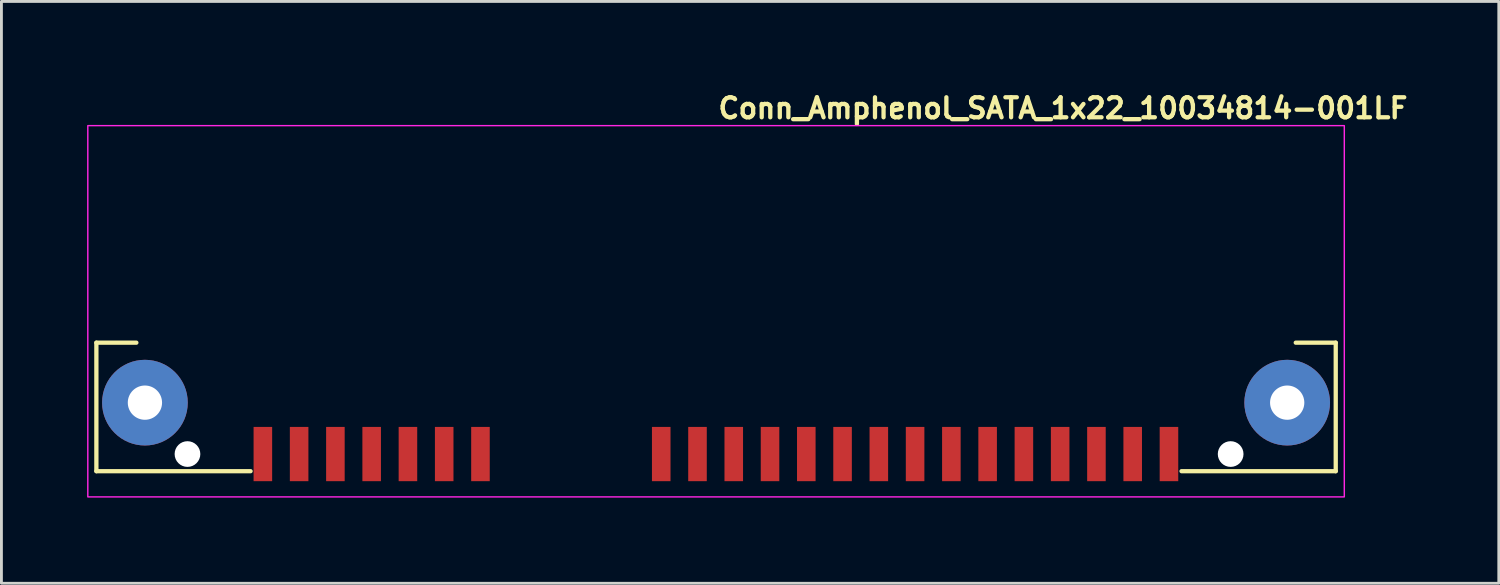
<source format=kicad_pcb>
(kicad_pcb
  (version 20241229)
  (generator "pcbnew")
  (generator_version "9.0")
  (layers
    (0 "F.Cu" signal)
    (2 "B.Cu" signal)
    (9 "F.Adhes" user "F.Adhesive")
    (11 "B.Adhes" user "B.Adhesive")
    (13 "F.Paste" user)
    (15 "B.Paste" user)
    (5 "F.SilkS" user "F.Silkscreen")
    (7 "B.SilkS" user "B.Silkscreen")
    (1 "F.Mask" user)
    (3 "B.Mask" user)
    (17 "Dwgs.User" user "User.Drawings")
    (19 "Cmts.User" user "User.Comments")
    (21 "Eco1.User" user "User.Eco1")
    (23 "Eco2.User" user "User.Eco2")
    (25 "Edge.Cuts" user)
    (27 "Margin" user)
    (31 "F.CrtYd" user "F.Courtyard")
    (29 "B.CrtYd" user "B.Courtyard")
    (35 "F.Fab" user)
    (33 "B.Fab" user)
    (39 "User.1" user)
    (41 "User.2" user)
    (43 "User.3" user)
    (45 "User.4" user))
  (footprint "Conn_Amphenol_SATA_1x22_10034814-001LF"
    (layer "F.Cu")
    (at 22.025 7.85)
    (property "Reference" "Conn_Amphenol_SATA_1x22_10034814-001LF" (at 0 -6.7 180) (layer "F.SilkS") (effects (font (size 0.7 0.7) (thickness 0.15)) (justify left bottom)))
    (attr smd)
    (fp_line (start -21.7 1.1) (end -21.7 5.6) (stroke (width 0.15) (type solid)) (layer "F.SilkS"))
    (fp_line (start -21.7 5.6) (end -16.3 5.6) (stroke (width 0.15) (type solid)) (layer "F.SilkS"))
    (fp_line (start -20.3 1.1) (end -21.7 1.1) (stroke (width 0.15) (type solid)) (layer "F.SilkS"))
    (fp_line (start 20.3 1.1) (end 21.7 1.1) (stroke (width 0.15) (type solid)) (layer "F.SilkS"))
    (fp_line (start 21.7 1.1) (end 21.7 5.6) (stroke (width 0.15) (type solid)) (layer "F.SilkS"))
    (fp_line (start 21.7 5.6) (end 16.3 5.6) (stroke (width 0.15) (type solid)) (layer "F.SilkS"))
    (fp_rect (start -22 -6.5) (end 22 6.5) (stroke (width 0.05) (type solid)) (fill no) (layer "F.CrtYd"))
    (fp_rect (start -21.2 -6.2) (end 21.2 6.2) (stroke (width 0.1) (type solid)) (fill no) (layer "User.5"))
    (fp_line (start -21.2 3.05) (end -21.2 1.2) (stroke (width 0.02) (type solid)) (layer "User.9"))
    (fp_line (start -21.2 3.05) (end -21.054 3.05) (stroke (width 0.02) (type solid)) (layer "User.9"))
    (fp_line (start -21.2 6.2) (end -21.2 3.05) (stroke (width 0.02) (type solid)) (layer "User.9"))
    (fp_line (start -21.054 1.2) (end -21.2 1.2) (stroke (width 0.02) (type solid)) (layer "User.9"))
    (fp_line (start -21.054 1.2) (end -21.054 1.2) (stroke (width 0.02) (type solid)) (layer "User.9"))
    (fp_line (start -21.054 3.05) (end -21.054 3.05) (stroke (width 0.02) (type solid)) (layer "User.9"))
    (fp_line (start -21.054 3.05) (end -20.7 3.05) (stroke (width 0.02) (type solid)) (layer "User.9"))
    (fp_line (start -20.7 1.2) (end -21.054 1.2) (stroke (width 0.02) (type solid)) (layer "User.9"))
    (fp_line (start -20.7 1.2) (end -18.095 1.2) (stroke (width 0.02) (type solid)) (layer "User.9"))
    (fp_line (start -20.7 3.05) (end 20.7 3.05) (stroke (width 0.02) (type solid)) (layer "User.9"))
    (fp_line (start -20.215 -4.5) (end -20.215 1.2) (stroke (width 0.02) (type solid)) (layer "User.9"))
    (fp_line (start -20.214 -4.501) (end -20.215 -4.5) (stroke (width 0.02) (type solid)) (layer "User.9"))
    (fp_line (start -20.214 -4.501) (end -20.215 -4.5) (stroke (width 0.02) (type solid)) (layer "User.9"))
    (fp_line (start -20.212 -4.504) (end -20.214 -4.501) (stroke (width 0.02) (type solid)) (layer "User.9"))
    (fp_line (start -20.212 -4.504) (end -20.214 -4.501) (stroke (width 0.02) (type solid)) (layer "User.9"))
    (fp_line (start -20.21 -4.507) (end -20.212 -4.504) (stroke (width 0.02) (type solid)) (layer "User.9"))
    (fp_line (start -20.207 -4.509) (end -20.211 -4.506) (stroke (width 0.02) (type solid)) (layer "User.9"))
    (fp_line (start -20.207 -4.509) (end -20.21 -4.507) (stroke (width 0.02) (type solid)) (layer "User.9"))
    (fp_line (start -20.204 -4.511) (end -20.207 -4.509) (stroke (width 0.02) (type solid)) (layer "User.9"))
    (fp_line (start -20.202 -4.512) (end -20.207 -4.509) (stroke (width 0.02) (type solid)) (layer "User.9"))
    (fp_line (start -20.2 -4.513) (end -20.204 -4.511) (stroke (width 0.02) (type solid)) (layer "User.9"))
    (fp_line (start -20.196 -4.515) (end -20.202 -4.512) (stroke (width 0.02) (type solid)) (layer "User.9"))
    (fp_line (start -20.196 -4.515) (end -20.2 -4.513) (stroke (width 0.02) (type solid)) (layer "User.9"))
    (fp_line (start -20.191 -4.516) (end -20.196 -4.515) (stroke (width 0.02) (type solid)) (layer "User.9"))
    (fp_line (start -20.188 -4.517) (end -20.196 -4.515) (stroke (width 0.02) (type solid)) (layer "User.9"))
    (fp_line (start -20.186 -4.518) (end -20.191 -4.516) (stroke (width 0.02) (type solid)) (layer "User.9"))
    (fp_line (start -20.18 -4.519) (end -20.186 -4.518) (stroke (width 0.02) (type solid)) (layer "User.9"))
    (fp_line (start -20.179 -4.519) (end -20.188 -4.517) (stroke (width 0.02) (type solid)) (layer "User.9"))
    (fp_line (start -20.174 -4.52) (end -20.18 -4.519) (stroke (width 0.02) (type solid)) (layer "User.9"))
    (fp_line (start -20.168 -4.52) (end -20.179 -4.519) (stroke (width 0.02) (type solid)) (layer "User.9"))
    (fp_line (start -20.167 -4.52) (end -20.174 -4.52) (stroke (width 0.02) (type solid)) (layer "User.9"))
    (fp_line (start -20.16 -4.521) (end -20.167 -4.52) (stroke (width 0.02) (type solid)) (layer "User.9"))
    (fp_line (start -20.157 -4.521) (end -20.168 -4.52) (stroke (width 0.02) (type solid)) (layer "User.9"))
    (fp_line (start -20.152 -4.521) (end -20.16 -4.521) (stroke (width 0.02) (type solid)) (layer "User.9"))
    (fp_line (start -20.145 -4.521) (end -20.157 -4.521) (stroke (width 0.02) (type solid)) (layer "User.9"))
    (fp_line (start -20.144 -4.521) (end -20.152 -4.521) (stroke (width 0.02) (type solid)) (layer "User.9"))
    (fp_line (start -20.136 -4.521) (end -20.144 -4.521) (stroke (width 0.02) (type solid)) (layer "User.9"))
    (fp_line (start -20.131 -4.521) (end -20.145 -4.521) (stroke (width 0.02) (type solid)) (layer "User.9"))
    (fp_line (start -20.126 -4.521) (end -20.136 -4.521) (stroke (width 0.02) (type solid)) (layer "User.9"))
    (fp_line (start -20.117 -4.52) (end -20.126 -4.521) (stroke (width 0.02) (type solid)) (layer "User.9"))
    (fp_line (start -20.117 -4.52) (end -20.117 -4.52) (stroke (width 0.02) (type solid)) (layer "User.9"))
    (fp_line (start -20.116 -4.52) (end -20.131 -4.521) (stroke (width 0.02) (type solid)) (layer "User.9"))
    (fp_line (start -20.096 -4.519) (end -20.117 -4.52) (stroke (width 0.02) (type solid)) (layer "User.9"))
    (fp_line (start -20.084 -4.518) (end -20.116 -4.52) (stroke (width 0.02) (type solid)) (layer "User.9"))
    (fp_line (start -20.075 -4.517) (end -20.096 -4.519) (stroke (width 0.02) (type solid)) (layer "User.9"))
    (fp_line (start -20.049 -4.515) (end -20.084 -4.518) (stroke (width 0.02) (type solid)) (layer "User.9"))
    (fp_line (start -20.027 -4.512) (end -20.075 -4.517) (stroke (width 0.02) (type solid)) (layer "User.9"))
    (fp_line (start -20.01 -4.51) (end -20.049 -4.515) (stroke (width 0.02) (type solid)) (layer "User.9"))
    (fp_line (start -19.976 -4.506) (end -20.027 -4.512) (stroke (width 0.02) (type solid)) (layer "User.9"))
    (fp_line (start -19.95 -4.503) (end -19.976 -4.506) (stroke (width 0.02) (type solid)) (layer "User.9"))
    (fp_line (start -19.923 -4.5) (end -19.95 -4.503) (stroke (width 0.02) (type solid)) (layer "User.9"))
    (fp_line (start -19.923 -4.5) (end -19.915 -4.5) (stroke (width 0.02) (type solid)) (layer "User.9"))
    (fp_line (start -19.915 -4.5) (end -18.095 -4.5) (stroke (width 0.02) (type solid)) (layer "User.9"))
    (fp_line (start -19.05 6.2) (end -21.2 6.2) (stroke (width 0.02) (type solid)) (layer "User.9"))
    (fp_line (start -19.05 6.2) (end -19.05 3.05) (stroke (width 0.02) (type solid)) (layer "User.9"))
    (fp_line (start -19.05 6.2) (end -18.904 6.2) (stroke (width 0.02) (type solid)) (layer "User.9"))
    (fp_line (start -19.025 -6.2) (end -20.212 -4.504) (stroke (width 0.02) (type solid)) (layer "User.9"))
    (fp_line (start -19.025 -6.2) (end -18.939 -6.2) (stroke (width 0.02) (type solid)) (layer "User.9"))
    (fp_line (start -18.939 -6.2) (end -18.939 -6.2) (stroke (width 0.02) (type solid)) (layer "User.9"))
    (fp_line (start -18.939 -6.2) (end -18.734 -6.2) (stroke (width 0.02) (type solid)) (layer "User.9"))
    (fp_line (start -18.904 6.2) (end -18.904 6.2) (stroke (width 0.02) (type solid)) (layer "User.9"))
    (fp_line (start -18.904 6.2) (end -18.55 6.2) (stroke (width 0.02) (type solid)) (layer "User.9"))
    (fp_line (start -18.55 6.2) (end -17.5 6.2) (stroke (width 0.02) (type solid)) (layer "User.9"))
    (fp_line (start -18.525 -6.2) (end -18.734 -6.2) (stroke (width 0.02) (type solid)) (layer "User.9"))
    (fp_line (start -18.095 -5.455) (end -18.525 -6.2) (stroke (width 0.02) (type solid)) (layer "User.9"))
    (fp_line (start -18.095 -4.5) (end -18.095 -5.455) (stroke (width 0.02) (type solid)) (layer "User.9"))
    (fp_line (start -18.095 -4.5) (end -18.095 1.2) (stroke (width 0.02) (type solid)) (layer "User.9"))
    (fp_line (start -18.095 -4.5) (end 18.095 -4.5) (stroke (width 0.02) (type solid)) (layer "User.9"))
    (fp_line (start -17.5 3.05) (end -17.5 6.2) (stroke (width 0.02) (type solid)) (layer "User.9"))
    (fp_line (start -16.175 3.07) (end -16.175 3.05) (stroke (width 0.02) (type solid)) (layer "User.9"))
    (fp_line (start -16.175 3.07) (end -16.025 3.07) (stroke (width 0.02) (type solid)) (layer "User.9"))
    (fp_line (start -16.025 3.07) (end -16.025 3.82) (stroke (width 0.02) (type solid)) (layer "User.9"))
    (fp_line (start -16.025 3.82) (end -16.025 4.174) (stroke (width 0.02) (type solid)) (layer "User.9"))
    (fp_line (start -16.025 4.174) (end -16.025 4.174) (stroke (width 0.02) (type solid)) (layer "User.9"))
    (fp_line (start -16.025 4.174) (end -16.025 4.362) (stroke (width 0.02) (type solid)) (layer "User.9"))
    (fp_line (start -16.025 4.362) (end -16.025 4.653) (stroke (width 0.02) (type solid)) (layer "User.9"))
    (fp_line (start -16.025 4.653) (end -16.025 4.948) (stroke (width 0.02) (type solid)) (layer "User.9"))
    (fp_line (start -16.025 5.8) (end -16.025 4.948) (stroke (width 0.02) (type solid)) (layer "User.9"))
    (fp_line (start -16.025 5.8) (end -15.725 5.8) (stroke (width 0.02) (type solid)) (layer "User.9"))
    (fp_line (start -15.725 3.07) (end -15.575 3.07) (stroke (width 0.02) (type solid)) (layer "User.9"))
    (fp_line (start -15.725 3.82) (end -15.725 3.07) (stroke (width 0.02) (type solid)) (layer "User.9"))
    (fp_line (start -15.725 4.174) (end -15.725 3.82) (stroke (width 0.02) (type solid)) (layer "User.9"))
    (fp_line (start -15.725 4.174) (end -15.725 4.174) (stroke (width 0.02) (type solid)) (layer "User.9"))
    (fp_line (start -15.725 4.362) (end -15.725 4.174) (stroke (width 0.02) (type solid)) (layer "User.9"))
    (fp_line (start -15.725 4.653) (end -15.725 4.362) (stroke (width 0.02) (type solid)) (layer "User.9"))
    (fp_line (start -15.725 4.948) (end -15.725 4.653) (stroke (width 0.02) (type solid)) (layer "User.9"))
    (fp_line (start -15.725 4.948) (end -15.725 5.8) (stroke (width 0.02) (type solid)) (layer "User.9"))
    (fp_line (start -15.575 3.07) (end -15.575 3.05) (stroke (width 0.02) (type solid)) (layer "User.9"))
    (fp_line (start -14.905 3.07) (end -14.905 3.05) (stroke (width 0.02) (type solid)) (layer "User.9"))
    (fp_line (start -14.905 3.07) (end -14.755 3.07) (stroke (width 0.02) (type solid)) (layer "User.9"))
    (fp_line (start -14.755 3.07) (end -14.755 3.82) (stroke (width 0.02) (type solid)) (layer "User.9"))
    (fp_line (start -14.755 3.82) (end -14.755 4.174) (stroke (width 0.02) (type solid)) (layer "User.9"))
    (fp_line (start -14.755 4.174) (end -14.755 4.174) (stroke (width 0.02) (type solid)) (layer "User.9"))
    (fp_line (start -14.755 4.174) (end -14.755 4.362) (stroke (width 0.02) (type solid)) (layer "User.9"))
    (fp_line (start -14.755 4.362) (end -14.755 4.653) (stroke (width 0.02) (type solid)) (layer "User.9"))
    (fp_line (start -14.755 4.653) (end -14.755 4.948) (stroke (width 0.02) (type solid)) (layer "User.9"))
    (fp_line (start -14.755 5.8) (end -14.755 4.948) (stroke (width 0.02) (type solid)) (layer "User.9"))
    (fp_line (start -14.755 5.8) (end -14.455 5.8) (stroke (width 0.02) (type solid)) (layer "User.9"))
    (fp_line (start -14.455 3.07) (end -14.305 3.07) (stroke (width 0.02) (type solid)) (layer "User.9"))
    (fp_line (start -14.455 3.82) (end -14.455 3.07) (stroke (width 0.02) (type solid)) (layer "User.9"))
    (fp_line (start -14.455 4.174) (end -14.455 3.82) (stroke (width 0.02) (type solid)) (layer "User.9"))
    (fp_line (start -14.455 4.174) (end -14.455 4.174) (stroke (width 0.02) (type solid)) (layer "User.9"))
    (fp_line (start -14.455 4.362) (end -14.455 4.174) (stroke (width 0.02) (type solid)) (layer "User.9"))
    (fp_line (start -14.455 4.653) (end -14.455 4.362) (stroke (width 0.02) (type solid)) (layer "User.9"))
    (fp_line (start -14.455 4.948) (end -14.455 4.653) (stroke (width 0.02) (type solid)) (layer "User.9"))
    (fp_line (start -14.455 4.948) (end -14.455 5.8) (stroke (width 0.02) (type solid)) (layer "User.9"))
    (fp_line (start -14.305 3.07) (end -14.305 3.05) (stroke (width 0.02) (type solid)) (layer "User.9"))
    (fp_line (start -13.635 3.07) (end -13.635 3.05) (stroke (width 0.02) (type solid)) (layer "User.9"))
    (fp_line (start -13.635 3.07) (end -13.485 3.07) (stroke (width 0.02) (type solid)) (layer "User.9"))
    (fp_line (start -13.485 3.07) (end -13.485 3.82) (stroke (width 0.02) (type solid)) (layer "User.9"))
    (fp_line (start -13.485 3.82) (end -13.485 4.174) (stroke (width 0.02) (type solid)) (layer "User.9"))
    (fp_line (start -13.485 4.174) (end -13.485 4.174) (stroke (width 0.02) (type solid)) (layer "User.9"))
    (fp_line (start -13.485 4.174) (end -13.485 4.362) (stroke (width 0.02) (type solid)) (layer "User.9"))
    (fp_line (start -13.485 4.362) (end -13.485 4.653) (stroke (width 0.02) (type solid)) (layer "User.9"))
    (fp_line (start -13.485 4.653) (end -13.485 4.948) (stroke (width 0.02) (type solid)) (layer "User.9"))
    (fp_line (start -13.485 5.8) (end -13.485 4.948) (stroke (width 0.02) (type solid)) (layer "User.9"))
    (fp_line (start -13.485 5.8) (end -13.185 5.8) (stroke (width 0.02) (type solid)) (layer "User.9"))
    (fp_line (start -13.185 3.07) (end -13.035 3.07) (stroke (width 0.02) (type solid)) (layer "User.9"))
    (fp_line (start -13.185 3.82) (end -13.185 3.07) (stroke (width 0.02) (type solid)) (layer "User.9"))
    (fp_line (start -13.185 4.174) (end -13.185 3.82) (stroke (width 0.02) (type solid)) (layer "User.9"))
    (fp_line (start -13.185 4.174) (end -13.185 4.174) (stroke (width 0.02) (type solid)) (layer "User.9"))
    (fp_line (start -13.185 4.362) (end -13.185 4.174) (stroke (width 0.02) (type solid)) (layer "User.9"))
    (fp_line (start -13.185 4.653) (end -13.185 4.362) (stroke (width 0.02) (type solid)) (layer "User.9"))
    (fp_line (start -13.185 4.948) (end -13.185 4.653) (stroke (width 0.02) (type solid)) (layer "User.9"))
    (fp_line (start -13.185 4.948) (end -13.185 5.8) (stroke (width 0.02) (type solid)) (layer "User.9"))
    (fp_line (start -13.035 3.07) (end -13.035 3.05) (stroke (width 0.02) (type solid)) (layer "User.9"))
    (fp_line (start -12.365 3.07) (end -12.365 3.05) (stroke (width 0.02) (type solid)) (layer "User.9"))
    (fp_line (start -12.365 3.07) (end -12.215 3.07) (stroke (width 0.02) (type solid)) (layer "User.9"))
    (fp_line (start -12.215 3.07) (end -12.215 3.82) (stroke (width 0.02) (type solid)) (layer "User.9"))
    (fp_line (start -12.215 3.82) (end -12.215 4.174) (stroke (width 0.02) (type solid)) (layer "User.9"))
    (fp_line (start -12.215 4.174) (end -12.215 4.174) (stroke (width 0.02) (type solid)) (layer "User.9"))
    (fp_line (start -12.215 4.174) (end -12.215 4.362) (stroke (width 0.02) (type solid)) (layer "User.9"))
    (fp_line (start -12.215 4.362) (end -12.215 4.653) (stroke (width 0.02) (type solid)) (layer "User.9"))
    (fp_line (start -12.215 4.653) (end -12.215 4.948) (stroke (width 0.02) (type solid)) (layer "User.9"))
    (fp_line (start -12.215 5.8) (end -12.215 4.948) (stroke (width 0.02) (type solid)) (layer "User.9"))
    (fp_line (start -12.215 5.8) (end -11.915 5.8) (stroke (width 0.02) (type solid)) (layer "User.9"))
    (fp_line (start -11.915 3.07) (end -11.765 3.07) (stroke (width 0.02) (type solid)) (layer "User.9"))
    (fp_line (start -11.915 3.82) (end -11.915 3.07) (stroke (width 0.02) (type solid)) (layer "User.9"))
    (fp_line (start -11.915 4.174) (end -11.915 3.82) (stroke (width 0.02) (type solid)) (layer "User.9"))
    (fp_line (start -11.915 4.174) (end -11.915 4.174) (stroke (width 0.02) (type solid)) (layer "User.9"))
    (fp_line (start -11.915 4.362) (end -11.915 4.174) (stroke (width 0.02) (type solid)) (layer "User.9"))
    (fp_line (start -11.915 4.653) (end -11.915 4.362) (stroke (width 0.02) (type solid)) (layer "User.9"))
    (fp_line (start -11.915 4.948) (end -11.915 4.653) (stroke (width 0.02) (type solid)) (layer "User.9"))
    (fp_line (start -11.915 4.948) (end -11.915 5.8) (stroke (width 0.02) (type solid)) (layer "User.9"))
    (fp_line (start -11.765 3.07) (end -11.765 3.05) (stroke (width 0.02) (type solid)) (layer "User.9"))
    (fp_line (start -11.095 3.07) (end -11.095 3.05) (stroke (width 0.02) (type solid)) (layer "User.9"))
    (fp_line (start -11.095 3.07) (end -10.945 3.07) (stroke (width 0.02) (type solid)) (layer "User.9"))
    (fp_line (start -10.945 3.07) (end -10.945 3.82) (stroke (width 0.02) (type solid)) (layer "User.9"))
    (fp_line (start -10.945 3.82) (end -10.945 4.174) (stroke (width 0.02) (type solid)) (layer "User.9"))
    (fp_line (start -10.945 4.174) (end -10.945 4.174) (stroke (width 0.02) (type solid)) (layer "User.9"))
    (fp_line (start -10.945 4.174) (end -10.945 4.362) (stroke (width 0.02) (type solid)) (layer "User.9"))
    (fp_line (start -10.945 4.362) (end -10.945 4.653) (stroke (width 0.02) (type solid)) (layer "User.9"))
    (fp_line (start -10.945 4.653) (end -10.945 4.948) (stroke (width 0.02) (type solid)) (layer "User.9"))
    (fp_line (start -10.945 5.8) (end -10.945 4.948) (stroke (width 0.02) (type solid)) (layer "User.9"))
    (fp_line (start -10.945 5.8) (end -10.645 5.8) (stroke (width 0.02) (type solid)) (layer "User.9"))
    (fp_line (start -10.645 3.07) (end -10.495 3.07) (stroke (width 0.02) (type solid)) (layer "User.9"))
    (fp_line (start -10.645 3.82) (end -10.645 3.07) (stroke (width 0.02) (type solid)) (layer "User.9"))
    (fp_line (start -10.645 4.174) (end -10.645 3.82) (stroke (width 0.02) (type solid)) (layer "User.9"))
    (fp_line (start -10.645 4.174) (end -10.645 4.174) (stroke (width 0.02) (type solid)) (layer "User.9"))
    (fp_line (start -10.645 4.362) (end -10.645 4.174) (stroke (width 0.02) (type solid)) (layer "User.9"))
    (fp_line (start -10.645 4.653) (end -10.645 4.362) (stroke (width 0.02) (type solid)) (layer "User.9"))
    (fp_line (start -10.645 4.948) (end -10.645 4.653) (stroke (width 0.02) (type solid)) (layer "User.9"))
    (fp_line (start -10.645 4.948) (end -10.645 5.8) (stroke (width 0.02) (type solid)) (layer "User.9"))
    (fp_line (start -10.495 3.07) (end -10.495 3.05) (stroke (width 0.02) (type solid)) (layer "User.9"))
    (fp_line (start -9.825 3.07) (end -9.825 3.05) (stroke (width 0.02) (type solid)) (layer "User.9"))
    (fp_line (start -9.825 3.07) (end -9.675 3.07) (stroke (width 0.02) (type solid)) (layer "User.9"))
    (fp_line (start -9.675 3.07) (end -9.675 3.82) (stroke (width 0.02) (type solid)) (layer "User.9"))
    (fp_line (start -9.675 3.82) (end -9.675 4.174) (stroke (width 0.02) (type solid)) (layer "User.9"))
    (fp_line (start -9.675 4.174) (end -9.675 4.174) (stroke (width 0.02) (type solid)) (layer "User.9"))
    (fp_line (start -9.675 4.174) (end -9.675 4.362) (stroke (width 0.02) (type solid)) (layer "User.9"))
    (fp_line (start -9.675 4.362) (end -9.675 4.653) (stroke (width 0.02) (type solid)) (layer "User.9"))
    (fp_line (start -9.675 4.653) (end -9.675 4.948) (stroke (width 0.02) (type solid)) (layer "User.9"))
    (fp_line (start -9.675 5.8) (end -9.675 4.948) (stroke (width 0.02) (type solid)) (layer "User.9"))
    (fp_line (start -9.675 5.8) (end -9.375 5.8) (stroke (width 0.02) (type solid)) (layer "User.9"))
    (fp_line (start -9.375 3.07) (end -9.225 3.07) (stroke (width 0.02) (type solid)) (layer "User.9"))
    (fp_line (start -9.375 3.82) (end -9.375 3.07) (stroke (width 0.02) (type solid)) (layer "User.9"))
    (fp_line (start -9.375 4.174) (end -9.375 3.82) (stroke (width 0.02) (type solid)) (layer "User.9"))
    (fp_line (start -9.375 4.174) (end -9.375 4.174) (stroke (width 0.02) (type solid)) (layer "User.9"))
    (fp_line (start -9.375 4.362) (end -9.375 4.174) (stroke (width 0.02) (type solid)) (layer "User.9"))
    (fp_line (start -9.375 4.653) (end -9.375 4.362) (stroke (width 0.02) (type solid)) (layer "User.9"))
    (fp_line (start -9.375 4.948) (end -9.375 4.653) (stroke (width 0.02) (type solid)) (layer "User.9"))
    (fp_line (start -9.375 4.948) (end -9.375 5.8) (stroke (width 0.02) (type solid)) (layer "User.9"))
    (fp_line (start -9.225 3.07) (end -9.225 3.05) (stroke (width 0.02) (type solid)) (layer "User.9"))
    (fp_line (start -8.555 3.07) (end -8.555 3.05) (stroke (width 0.02) (type solid)) (layer "User.9"))
    (fp_line (start -8.555 3.07) (end -8.405 3.07) (stroke (width 0.02) (type solid)) (layer "User.9"))
    (fp_line (start -8.405 3.07) (end -8.405 3.82) (stroke (width 0.02) (type solid)) (layer "User.9"))
    (fp_line (start -8.405 3.82) (end -8.405 4.174) (stroke (width 0.02) (type solid)) (layer "User.9"))
    (fp_line (start -8.405 4.174) (end -8.405 4.174) (stroke (width 0.02) (type solid)) (layer "User.9"))
    (fp_line (start -8.405 4.174) (end -8.405 4.362) (stroke (width 0.02) (type solid)) (layer "User.9"))
    (fp_line (start -8.405 4.362) (end -8.405 4.653) (stroke (width 0.02) (type solid)) (layer "User.9"))
    (fp_line (start -8.405 4.653) (end -8.405 4.948) (stroke (width 0.02) (type solid)) (layer "User.9"))
    (fp_line (start -8.405 5.8) (end -8.405 4.948) (stroke (width 0.02) (type solid)) (layer "User.9"))
    (fp_line (start -8.405 5.8) (end -8.105 5.8) (stroke (width 0.02) (type solid)) (layer "User.9"))
    (fp_line (start -8.105 3.07) (end -7.955 3.07) (stroke (width 0.02) (type solid)) (layer "User.9"))
    (fp_line (start -8.105 3.82) (end -8.105 3.07) (stroke (width 0.02) (type solid)) (layer "User.9"))
    (fp_line (start -8.105 4.174) (end -8.105 3.82) (stroke (width 0.02) (type solid)) (layer "User.9"))
    (fp_line (start -8.105 4.174) (end -8.105 4.174) (stroke (width 0.02) (type solid)) (layer "User.9"))
    (fp_line (start -8.105 4.362) (end -8.105 4.174) (stroke (width 0.02) (type solid)) (layer "User.9"))
    (fp_line (start -8.105 4.653) (end -8.105 4.362) (stroke (width 0.02) (type solid)) (layer "User.9"))
    (fp_line (start -8.105 4.948) (end -8.105 4.653) (stroke (width 0.02) (type solid)) (layer "User.9"))
    (fp_line (start -8.105 4.948) (end -8.105 5.8) (stroke (width 0.02) (type solid)) (layer "User.9"))
    (fp_line (start -7.955 3.07) (end -7.955 3.05) (stroke (width 0.02) (type solid)) (layer "User.9"))
    (fp_line (start -2.205 3.07) (end -2.205 3.05) (stroke (width 0.02) (type solid)) (layer "User.9"))
    (fp_line (start -2.205 3.07) (end -2.055 3.07) (stroke (width 0.02) (type solid)) (layer "User.9"))
    (fp_line (start -2.055 3.07) (end -2.055 3.82) (stroke (width 0.02) (type solid)) (layer "User.9"))
    (fp_line (start -2.055 3.82) (end -2.055 4.174) (stroke (width 0.02) (type solid)) (layer "User.9"))
    (fp_line (start -2.055 4.174) (end -2.055 4.174) (stroke (width 0.02) (type solid)) (layer "User.9"))
    (fp_line (start -2.055 4.174) (end -2.055 4.362) (stroke (width 0.02) (type solid)) (layer "User.9"))
    (fp_line (start -2.055 4.362) (end -2.055 4.653) (stroke (width 0.02) (type solid)) (layer "User.9"))
    (fp_line (start -2.055 4.653) (end -2.055 4.948) (stroke (width 0.02) (type solid)) (layer "User.9"))
    (fp_line (start -2.055 5.8) (end -2.055 4.948) (stroke (width 0.02) (type solid)) (layer "User.9"))
    (fp_line (start -2.055 5.8) (end -1.755 5.8) (stroke (width 0.02) (type solid)) (layer "User.9"))
    (fp_line (start -1.755 3.07) (end -1.605 3.07) (stroke (width 0.02) (type solid)) (layer "User.9"))
    (fp_line (start -1.755 3.82) (end -1.755 3.07) (stroke (width 0.02) (type solid)) (layer "User.9"))
    (fp_line (start -1.755 4.174) (end -1.755 3.82) (stroke (width 0.02) (type solid)) (layer "User.9"))
    (fp_line (start -1.755 4.174) (end -1.755 4.174) (stroke (width 0.02) (type solid)) (layer "User.9"))
    (fp_line (start -1.755 4.362) (end -1.755 4.174) (stroke (width 0.02) (type solid)) (layer "User.9"))
    (fp_line (start -1.755 4.653) (end -1.755 4.362) (stroke (width 0.02) (type solid)) (layer "User.9"))
    (fp_line (start -1.755 4.948) (end -1.755 4.653) (stroke (width 0.02) (type solid)) (layer "User.9"))
    (fp_line (start -1.755 4.948) (end -1.755 5.8) (stroke (width 0.02) (type solid)) (layer "User.9"))
    (fp_line (start -1.605 3.07) (end -1.605 3.05) (stroke (width 0.02) (type solid)) (layer "User.9"))
    (fp_line (start -0.935 3.07) (end -0.935 3.05) (stroke (width 0.02) (type solid)) (layer "User.9"))
    (fp_line (start -0.935 3.07) (end -0.785 3.07) (stroke (width 0.02) (type solid)) (layer "User.9"))
    (fp_line (start -0.785 3.07) (end -0.785 3.82) (stroke (width 0.02) (type solid)) (layer "User.9"))
    (fp_line (start -0.785 3.82) (end -0.785 4.174) (stroke (width 0.02) (type solid)) (layer "User.9"))
    (fp_line (start -0.785 4.174) (end -0.785 4.174) (stroke (width 0.02) (type solid)) (layer "User.9"))
    (fp_line (start -0.785 4.174) (end -0.785 4.362) (stroke (width 0.02) (type solid)) (layer "User.9"))
    (fp_line (start -0.785 4.362) (end -0.785 4.653) (stroke (width 0.02) (type solid)) (layer "User.9"))
    (fp_line (start -0.785 4.653) (end -0.785 4.948) (stroke (width 0.02) (type solid)) (layer "User.9"))
    (fp_line (start -0.785 5.8) (end -0.785 4.948) (stroke (width 0.02) (type solid)) (layer "User.9"))
    (fp_line (start -0.785 5.8) (end -0.485 5.8) (stroke (width 0.02) (type solid)) (layer "User.9"))
    (fp_line (start -0.485 3.07) (end -0.335 3.07) (stroke (width 0.02) (type solid)) (layer "User.9"))
    (fp_line (start -0.485 3.82) (end -0.485 3.07) (stroke (width 0.02) (type solid)) (layer "User.9"))
    (fp_line (start -0.485 4.174) (end -0.485 3.82) (stroke (width 0.02) (type solid)) (layer "User.9"))
    (fp_line (start -0.485 4.174) (end -0.485 4.174) (stroke (width 0.02) (type solid)) (layer "User.9"))
    (fp_line (start -0.485 4.362) (end -0.485 4.174) (stroke (width 0.02) (type solid)) (layer "User.9"))
    (fp_line (start -0.485 4.653) (end -0.485 4.362) (stroke (width 0.02) (type solid)) (layer "User.9"))
    (fp_line (start -0.485 4.948) (end -0.485 4.653) (stroke (width 0.02) (type solid)) (layer "User.9"))
    (fp_line (start -0.485 4.948) (end -0.485 5.8) (stroke (width 0.02) (type solid)) (layer "User.9"))
    (fp_line (start -0.335 3.07) (end -0.335 3.05) (stroke (width 0.02) (type solid)) (layer "User.9"))
    (fp_line (start 0.335 3.07) (end 0.335 3.05) (stroke (width 0.02) (type solid)) (layer "User.9"))
    (fp_line (start 0.335 3.07) (end 0.485 3.07) (stroke (width 0.02) (type solid)) (layer "User.9"))
    (fp_line (start 0.485 3.07) (end 0.485 3.82) (stroke (width 0.02) (type solid)) (layer "User.9"))
    (fp_line (start 0.485 3.82) (end 0.485 4.174) (stroke (width 0.02) (type solid)) (layer "User.9"))
    (fp_line (start 0.485 4.174) (end 0.485 4.174) (stroke (width 0.02) (type solid)) (layer "User.9"))
    (fp_line (start 0.485 4.174) (end 0.485 4.362) (stroke (width 0.02) (type solid)) (layer "User.9"))
    (fp_line (start 0.485 4.362) (end 0.485 4.653) (stroke (width 0.02) (type solid)) (layer "User.9"))
    (fp_line (start 0.485 4.653) (end 0.485 4.948) (stroke (width 0.02) (type solid)) (layer "User.9"))
    (fp_line (start 0.485 5.8) (end 0.485 4.948) (stroke (width 0.02) (type solid)) (layer "User.9"))
    (fp_line (start 0.485 5.8) (end 0.785 5.8) (stroke (width 0.02) (type solid)) (layer "User.9"))
    (fp_line (start 0.785 3.07) (end 0.935 3.07) (stroke (width 0.02) (type solid)) (layer "User.9"))
    (fp_line (start 0.785 3.82) (end 0.785 3.07) (stroke (width 0.02) (type solid)) (layer "User.9"))
    (fp_line (start 0.785 4.174) (end 0.785 3.82) (stroke (width 0.02) (type solid)) (layer "User.9"))
    (fp_line (start 0.785 4.174) (end 0.785 4.174) (stroke (width 0.02) (type solid)) (layer "User.9"))
    (fp_line (start 0.785 4.362) (end 0.785 4.174) (stroke (width 0.02) (type solid)) (layer "User.9"))
    (fp_line (start 0.785 4.653) (end 0.785 4.362) (stroke (width 0.02) (type solid)) (layer "User.9"))
    (fp_line (start 0.785 4.948) (end 0.785 4.653) (stroke (width 0.02) (type solid)) (layer "User.9"))
    (fp_line (start 0.785 4.948) (end 0.785 5.8) (stroke (width 0.02) (type solid)) (layer "User.9"))
    (fp_line (start 0.935 3.07) (end 0.935 3.05) (stroke (width 0.02) (type solid)) (layer "User.9"))
    (fp_line (start 1.605 3.07) (end 1.605 3.05) (stroke (width 0.02) (type solid)) (layer "User.9"))
    (fp_line (start 1.605 3.07) (end 1.755 3.07) (stroke (width 0.02) (type solid)) (layer "User.9"))
    (fp_line (start 1.755 3.07) (end 1.755 3.82) (stroke (width 0.02) (type solid)) (layer "User.9"))
    (fp_line (start 1.755 3.82) (end 1.755 4.174) (stroke (width 0.02) (type solid)) (layer "User.9"))
    (fp_line (start 1.755 4.174) (end 1.755 4.174) (stroke (width 0.02) (type solid)) (layer "User.9"))
    (fp_line (start 1.755 4.174) (end 1.755 4.362) (stroke (width 0.02) (type solid)) (layer "User.9"))
    (fp_line (start 1.755 4.362) (end 1.755 4.653) (stroke (width 0.02) (type solid)) (layer "User.9"))
    (fp_line (start 1.755 4.653) (end 1.755 4.948) (stroke (width 0.02) (type solid)) (layer "User.9"))
    (fp_line (start 1.755 5.8) (end 1.755 4.948) (stroke (width 0.02) (type solid)) (layer "User.9"))
    (fp_line (start 1.755 5.8) (end 2.055 5.8) (stroke (width 0.02) (type solid)) (layer "User.9"))
    (fp_line (start 2.055 3.07) (end 2.205 3.07) (stroke (width 0.02) (type solid)) (layer "User.9"))
    (fp_line (start 2.055 3.82) (end 2.055 3.07) (stroke (width 0.02) (type solid)) (layer "User.9"))
    (fp_line (start 2.055 4.174) (end 2.055 3.82) (stroke (width 0.02) (type solid)) (layer "User.9"))
    (fp_line (start 2.055 4.174) (end 2.055 4.174) (stroke (width 0.02) (type solid)) (layer "User.9"))
    (fp_line (start 2.055 4.362) (end 2.055 4.174) (stroke (width 0.02) (type solid)) (layer "User.9"))
    (fp_line (start 2.055 4.653) (end 2.055 4.362) (stroke (width 0.02) (type solid)) (layer "User.9"))
    (fp_line (start 2.055 4.948) (end 2.055 4.653) (stroke (width 0.02) (type solid)) (layer "User.9"))
    (fp_line (start 2.055 4.948) (end 2.055 5.8) (stroke (width 0.02) (type solid)) (layer "User.9"))
    (fp_line (start 2.205 3.07) (end 2.205 3.05) (stroke (width 0.02) (type solid)) (layer "User.9"))
    (fp_line (start 2.875 3.07) (end 2.875 3.05) (stroke (width 0.02) (type solid)) (layer "User.9"))
    (fp_line (start 2.875 3.07) (end 3.025 3.07) (stroke (width 0.02) (type solid)) (layer "User.9"))
    (fp_line (start 3.025 3.07) (end 3.025 3.82) (stroke (width 0.02) (type solid)) (layer "User.9"))
    (fp_line (start 3.025 3.82) (end 3.025 4.174) (stroke (width 0.02) (type solid)) (layer "User.9"))
    (fp_line (start 3.025 4.174) (end 3.025 4.174) (stroke (width 0.02) (type solid)) (layer "User.9"))
    (fp_line (start 3.025 4.174) (end 3.025 4.362) (stroke (width 0.02) (type solid)) (layer "User.9"))
    (fp_line (start 3.025 4.362) (end 3.025 4.653) (stroke (width 0.02) (type solid)) (layer "User.9"))
    (fp_line (start 3.025 4.653) (end 3.025 4.948) (stroke (width 0.02) (type solid)) (layer "User.9"))
    (fp_line (start 3.025 5.8) (end 3.025 4.948) (stroke (width 0.02) (type solid)) (layer "User.9"))
    (fp_line (start 3.025 5.8) (end 3.325 5.8) (stroke (width 0.02) (type solid)) (layer "User.9"))
    (fp_line (start 3.325 3.07) (end 3.475 3.07) (stroke (width 0.02) (type solid)) (layer "User.9"))
    (fp_line (start 3.325 3.82) (end 3.325 3.07) (stroke (width 0.02) (type solid)) (layer "User.9"))
    (fp_line (start 3.325 4.174) (end 3.325 3.82) (stroke (width 0.02) (type solid)) (layer "User.9"))
    (fp_line (start 3.325 4.174) (end 3.325 4.174) (stroke (width 0.02) (type solid)) (layer "User.9"))
    (fp_line (start 3.325 4.362) (end 3.325 4.174) (stroke (width 0.02) (type solid)) (layer "User.9"))
    (fp_line (start 3.325 4.653) (end 3.325 4.362) (stroke (width 0.02) (type solid)) (layer "User.9"))
    (fp_line (start 3.325 4.948) (end 3.325 4.653) (stroke (width 0.02) (type solid)) (layer "User.9"))
    (fp_line (start 3.325 4.948) (end 3.325 5.8) (stroke (width 0.02) (type solid)) (layer "User.9"))
    (fp_line (start 3.475 3.07) (end 3.475 3.05) (stroke (width 0.02) (type solid)) (layer "User.9"))
    (fp_line (start 4.145 3.07) (end 4.145 3.05) (stroke (width 0.02) (type solid)) (layer "User.9"))
    (fp_line (start 4.145 3.07) (end 4.295 3.07) (stroke (width 0.02) (type solid)) (layer "User.9"))
    (fp_line (start 4.295 3.07) (end 4.295 3.82) (stroke (width 0.02) (type solid)) (layer "User.9"))
    (fp_line (start 4.295 3.82) (end 4.295 4.174) (stroke (width 0.02) (type solid)) (layer "User.9"))
    (fp_line (start 4.295 4.174) (end 4.295 4.174) (stroke (width 0.02) (type solid)) (layer "User.9"))
    (fp_line (start 4.295 4.174) (end 4.295 4.362) (stroke (width 0.02) (type solid)) (layer "User.9"))
    (fp_line (start 4.295 4.362) (end 4.295 4.653) (stroke (width 0.02) (type solid)) (layer "User.9"))
    (fp_line (start 4.295 4.653) (end 4.295 4.948) (stroke (width 0.02) (type solid)) (layer "User.9"))
    (fp_line (start 4.295 5.8) (end 4.295 4.948) (stroke (width 0.02) (type solid)) (layer "User.9"))
    (fp_line (start 4.295 5.8) (end 4.595 5.8) (stroke (width 0.02) (type solid)) (layer "User.9"))
    (fp_line (start 4.595 3.07) (end 4.745 3.07) (stroke (width 0.02) (type solid)) (layer "User.9"))
    (fp_line (start 4.595 3.82) (end 4.595 3.07) (stroke (width 0.02) (type solid)) (layer "User.9"))
    (fp_line (start 4.595 4.174) (end 4.595 3.82) (stroke (width 0.02) (type solid)) (layer "User.9"))
    (fp_line (start 4.595 4.174) (end 4.595 4.174) (stroke (width 0.02) (type solid)) (layer "User.9"))
    (fp_line (start 4.595 4.362) (end 4.595 4.174) (stroke (width 0.02) (type solid)) (layer "User.9"))
    (fp_line (start 4.595 4.653) (end 4.595 4.362) (stroke (width 0.02) (type solid)) (layer "User.9"))
    (fp_line (start 4.595 4.948) (end 4.595 4.653) (stroke (width 0.02) (type solid)) (layer "User.9"))
    (fp_line (start 4.595 4.948) (end 4.595 5.8) (stroke (width 0.02) (type solid)) (layer "User.9"))
    (fp_line (start 4.745 3.07) (end 4.745 3.05) (stroke (width 0.02) (type solid)) (layer "User.9"))
    (fp_line (start 5.415 3.07) (end 5.415 3.05) (stroke (width 0.02) (type solid)) (layer "User.9"))
    (fp_line (start 5.415 3.07) (end 5.565 3.07) (stroke (width 0.02) (type solid)) (layer "User.9"))
    (fp_line (start 5.565 3.07) (end 5.565 3.82) (stroke (width 0.02) (type solid)) (layer "User.9"))
    (fp_line (start 5.565 3.82) (end 5.565 4.174) (stroke (width 0.02) (type solid)) (layer "User.9"))
    (fp_line (start 5.565 4.174) (end 5.565 4.174) (stroke (width 0.02) (type solid)) (layer "User.9"))
    (fp_line (start 5.565 4.174) (end 5.565 4.362) (stroke (width 0.02) (type solid)) (layer "User.9"))
    (fp_line (start 5.565 4.362) (end 5.565 4.653) (stroke (width 0.02) (type solid)) (layer "User.9"))
    (fp_line (start 5.565 4.653) (end 5.565 4.948) (stroke (width 0.02) (type solid)) (layer "User.9"))
    (fp_line (start 5.565 5.8) (end 5.565 4.948) (stroke (width 0.02) (type solid)) (layer "User.9"))
    (fp_line (start 5.565 5.8) (end 5.865 5.8) (stroke (width 0.02) (type solid)) (layer "User.9"))
    (fp_line (start 5.865 3.07) (end 6.015 3.07) (stroke (width 0.02) (type solid)) (layer "User.9"))
    (fp_line (start 5.865 3.82) (end 5.865 3.07) (stroke (width 0.02) (type solid)) (layer "User.9"))
    (fp_line (start 5.865 4.174) (end 5.865 3.82) (stroke (width 0.02) (type solid)) (layer "User.9"))
    (fp_line (start 5.865 4.174) (end 5.865 4.174) (stroke (width 0.02) (type solid)) (layer "User.9"))
    (fp_line (start 5.865 4.362) (end 5.865 4.174) (stroke (width 0.02) (type solid)) (layer "User.9"))
    (fp_line (start 5.865 4.653) (end 5.865 4.362) (stroke (width 0.02) (type solid)) (layer "User.9"))
    (fp_line (start 5.865 4.948) (end 5.865 4.653) (stroke (width 0.02) (type solid)) (layer "User.9"))
    (fp_line (start 5.865 4.948) (end 5.865 5.8) (stroke (width 0.02) (type solid)) (layer "User.9"))
    (fp_line (start 6.015 3.07) (end 6.015 3.05) (stroke (width 0.02) (type solid)) (layer "User.9"))
    (fp_line (start 6.685 3.07) (end 6.685 3.05) (stroke (width 0.02) (type solid)) (layer "User.9"))
    (fp_line (start 6.685 3.07) (end 6.835 3.07) (stroke (width 0.02) (type solid)) (layer "User.9"))
    (fp_line (start 6.835 3.07) (end 6.835 3.82) (stroke (width 0.02) (type solid)) (layer "User.9"))
    (fp_line (start 6.835 3.82) (end 6.835 4.174) (stroke (width 0.02) (type solid)) (layer "User.9"))
    (fp_line (start 6.835 4.174) (end 6.835 4.174) (stroke (width 0.02) (type solid)) (layer "User.9"))
    (fp_line (start 6.835 4.174) (end 6.835 4.362) (stroke (width 0.02) (type solid)) (layer "User.9"))
    (fp_line (start 6.835 4.362) (end 6.835 4.653) (stroke (width 0.02) (type solid)) (layer "User.9"))
    (fp_line (start 6.835 4.653) (end 6.835 4.948) (stroke (width 0.02) (type solid)) (layer "User.9"))
    (fp_line (start 6.835 5.8) (end 6.835 4.948) (stroke (width 0.02) (type solid)) (layer "User.9"))
    (fp_line (start 6.835 5.8) (end 7.135 5.8) (stroke (width 0.02) (type solid)) (layer "User.9"))
    (fp_line (start 7.135 3.07) (end 7.285 3.07) (stroke (width 0.02) (type solid)) (layer "User.9"))
    (fp_line (start 7.135 3.82) (end 7.135 3.07) (stroke (width 0.02) (type solid)) (layer "User.9"))
    (fp_line (start 7.135 4.174) (end 7.135 3.82) (stroke (width 0.02) (type solid)) (layer "User.9"))
    (fp_line (start 7.135 4.174) (end 7.135 4.174) (stroke (width 0.02) (type solid)) (layer "User.9"))
    (fp_line (start 7.135 4.362) (end 7.135 4.174) (stroke (width 0.02) (type solid)) (layer "User.9"))
    (fp_line (start 7.135 4.653) (end 7.135 4.362) (stroke (width 0.02) (type solid)) (layer "User.9"))
    (fp_line (start 7.135 4.948) (end 7.135 4.653) (stroke (width 0.02) (type solid)) (layer "User.9"))
    (fp_line (start 7.135 4.948) (end 7.135 5.8) (stroke (width 0.02) (type solid)) (layer "User.9"))
    (fp_line (start 7.285 3.07) (end 7.285 3.05) (stroke (width 0.02) (type solid)) (layer "User.9"))
    (fp_line (start 7.955 3.07) (end 7.955 3.05) (stroke (width 0.02) (type solid)) (layer "User.9"))
    (fp_line (start 7.955 3.07) (end 8.105 3.07) (stroke (width 0.02) (type solid)) (layer "User.9"))
    (fp_line (start 8.105 3.07) (end 8.105 3.82) (stroke (width 0.02) (type solid)) (layer "User.9"))
    (fp_line (start 8.105 3.82) (end 8.105 4.174) (stroke (width 0.02) (type solid)) (layer "User.9"))
    (fp_line (start 8.105 4.174) (end 8.105 4.174) (stroke (width 0.02) (type solid)) (layer "User.9"))
    (fp_line (start 8.105 4.174) (end 8.105 4.362) (stroke (width 0.02) (type solid)) (layer "User.9"))
    (fp_line (start 8.105 4.362) (end 8.105 4.653) (stroke (width 0.02) (type solid)) (layer "User.9"))
    (fp_line (start 8.105 4.653) (end 8.105 4.948) (stroke (width 0.02) (type solid)) (layer "User.9"))
    (fp_line (start 8.105 5.8) (end 8.105 4.948) (stroke (width 0.02) (type solid)) (layer "User.9"))
    (fp_line (start 8.105 5.8) (end 8.405 5.8) (stroke (width 0.02) (type solid)) (layer "User.9"))
    (fp_line (start 8.405 3.07) (end 8.555 3.07) (stroke (width 0.02) (type solid)) (layer "User.9"))
    (fp_line (start 8.405 3.82) (end 8.405 3.07) (stroke (width 0.02) (type solid)) (layer "User.9"))
    (fp_line (start 8.405 4.174) (end 8.405 3.82) (stroke (width 0.02) (type solid)) (layer "User.9"))
    (fp_line (start 8.405 4.174) (end 8.405 4.174) (stroke (width 0.02) (type solid)) (layer "User.9"))
    (fp_line (start 8.405 4.362) (end 8.405 4.174) (stroke (width 0.02) (type solid)) (layer "User.9"))
    (fp_line (start 8.405 4.653) (end 8.405 4.362) (stroke (width 0.02) (type solid)) (layer "User.9"))
    (fp_line (start 8.405 4.948) (end 8.405 4.653) (stroke (width 0.02) (type solid)) (layer "User.9"))
    (fp_line (start 8.405 4.948) (end 8.405 5.8) (stroke (width 0.02) (type solid)) (layer "User.9"))
    (fp_line (start 8.555 3.07) (end 8.555 3.05) (stroke (width 0.02) (type solid)) (layer "User.9"))
    (fp_line (start 9.225 3.07) (end 9.225 3.05) (stroke (width 0.02) (type solid)) (layer "User.9"))
    (fp_line (start 9.225 3.07) (end 9.375 3.07) (stroke (width 0.02) (type solid)) (layer "User.9"))
    (fp_line (start 9.375 3.07) (end 9.375 3.82) (stroke (width 0.02) (type solid)) (layer "User.9"))
    (fp_line (start 9.375 3.82) (end 9.375 4.174) (stroke (width 0.02) (type solid)) (layer "User.9"))
    (fp_line (start 9.375 4.174) (end 9.375 4.174) (stroke (width 0.02) (type solid)) (layer "User.9"))
    (fp_line (start 9.375 4.174) (end 9.375 4.362) (stroke (width 0.02) (type solid)) (layer "User.9"))
    (fp_line (start 9.375 4.362) (end 9.375 4.653) (stroke (width 0.02) (type solid)) (layer "User.9"))
    (fp_line (start 9.375 4.653) (end 9.375 4.948) (stroke (width 0.02) (type solid)) (layer "User.9"))
    (fp_line (start 9.375 5.8) (end 9.375 4.948) (stroke (width 0.02) (type solid)) (layer "User.9"))
    (fp_line (start 9.375 5.8) (end 9.675 5.8) (stroke (width 0.02) (type solid)) (layer "User.9"))
    (fp_line (start 9.675 3.07) (end 9.825 3.07) (stroke (width 0.02) (type solid)) (layer "User.9"))
    (fp_line (start 9.675 3.82) (end 9.675 3.07) (stroke (width 0.02) (type solid)) (layer "User.9"))
    (fp_line (start 9.675 4.174) (end 9.675 3.82) (stroke (width 0.02) (type solid)) (layer "User.9"))
    (fp_line (start 9.675 4.174) (end 9.675 4.174) (stroke (width 0.02) (type solid)) (layer "User.9"))
    (fp_line (start 9.675 4.362) (end 9.675 4.174) (stroke (width 0.02) (type solid)) (layer "User.9"))
    (fp_line (start 9.675 4.653) (end 9.675 4.362) (stroke (width 0.02) (type solid)) (layer "User.9"))
    (fp_line (start 9.675 4.948) (end 9.675 4.653) (stroke (width 0.02) (type solid)) (layer "User.9"))
    (fp_line (start 9.675 4.948) (end 9.675 5.8) (stroke (width 0.02) (type solid)) (layer "User.9"))
    (fp_line (start 9.825 3.07) (end 9.825 3.05) (stroke (width 0.02) (type solid)) (layer "User.9"))
    (fp_line (start 10.495 3.07) (end 10.495 3.05) (stroke (width 0.02) (type solid)) (layer "User.9"))
    (fp_line (start 10.495 3.07) (end 10.645 3.07) (stroke (width 0.02) (type solid)) (layer "User.9"))
    (fp_line (start 10.645 3.07) (end 10.645 3.82) (stroke (width 0.02) (type solid)) (layer "User.9"))
    (fp_line (start 10.645 3.82) (end 10.645 4.174) (stroke (width 0.02) (type solid)) (layer "User.9"))
    (fp_line (start 10.645 4.174) (end 10.645 4.174) (stroke (width 0.02) (type solid)) (layer "User.9"))
    (fp_line (start 10.645 4.174) (end 10.645 4.362) (stroke (width 0.02) (type solid)) (layer "User.9"))
    (fp_line (start 10.645 4.362) (end 10.645 4.653) (stroke (width 0.02) (type solid)) (layer "User.9"))
    (fp_line (start 10.645 4.653) (end 10.645 4.948) (stroke (width 0.02) (type solid)) (layer "User.9"))
    (fp_line (start 10.645 5.8) (end 10.645 4.948) (stroke (width 0.02) (type solid)) (layer "User.9"))
    (fp_line (start 10.645 5.8) (end 10.945 5.8) (stroke (width 0.02) (type solid)) (layer "User.9"))
    (fp_line (start 10.945 3.07) (end 11.095 3.07) (stroke (width 0.02) (type solid)) (layer "User.9"))
    (fp_line (start 10.945 3.82) (end 10.945 3.07) (stroke (width 0.02) (type solid)) (layer "User.9"))
    (fp_line (start 10.945 4.174) (end 10.945 3.82) (stroke (width 0.02) (type solid)) (layer "User.9"))
    (fp_line (start 10.945 4.174) (end 10.945 4.174) (stroke (width 0.02) (type solid)) (layer "User.9"))
    (fp_line (start 10.945 4.362) (end 10.945 4.174) (stroke (width 0.02) (type solid)) (layer "User.9"))
    (fp_line (start 10.945 4.653) (end 10.945 4.362) (stroke (width 0.02) (type solid)) (layer "User.9"))
    (fp_line (start 10.945 4.948) (end 10.945 4.653) (stroke (width 0.02) (type solid)) (layer "User.9"))
    (fp_line (start 10.945 4.948) (end 10.945 5.8) (stroke (width 0.02) (type solid)) (layer "User.9"))
    (fp_line (start 11.095 3.07) (end 11.095 3.05) (stroke (width 0.02) (type solid)) (layer "User.9"))
    (fp_line (start 11.765 3.07) (end 11.765 3.05) (stroke (width 0.02) (type solid)) (layer "User.9"))
    (fp_line (start 11.765 3.07) (end 11.915 3.07) (stroke (width 0.02) (type solid)) (layer "User.9"))
    (fp_line (start 11.915 3.07) (end 11.915 3.82) (stroke (width 0.02) (type solid)) (layer "User.9"))
    (fp_line (start 11.915 3.82) (end 11.915 4.174) (stroke (width 0.02) (type solid)) (layer "User.9"))
    (fp_line (start 11.915 4.174) (end 11.915 4.174) (stroke (width 0.02) (type solid)) (layer "User.9"))
    (fp_line (start 11.915 4.174) (end 11.915 4.362) (stroke (width 0.02) (type solid)) (layer "User.9"))
    (fp_line (start 11.915 4.362) (end 11.915 4.653) (stroke (width 0.02) (type solid)) (layer "User.9"))
    (fp_line (start 11.915 4.653) (end 11.915 4.948) (stroke (width 0.02) (type solid)) (layer "User.9"))
    (fp_line (start 11.915 5.8) (end 11.915 4.948) (stroke (width 0.02) (type solid)) (layer "User.9"))
    (fp_line (start 11.915 5.8) (end 12.215 5.8) (stroke (width 0.02) (type solid)) (layer "User.9"))
    (fp_line (start 12.215 3.07) (end 12.365 3.07) (stroke (width 0.02) (type solid)) (layer "User.9"))
    (fp_line (start 12.215 3.82) (end 12.215 3.07) (stroke (width 0.02) (type solid)) (layer "User.9"))
    (fp_line (start 12.215 4.174) (end 12.215 3.82) (stroke (width 0.02) (type solid)) (layer "User.9"))
    (fp_line (start 12.215 4.174) (end 12.215 4.174) (stroke (width 0.02) (type solid)) (layer "User.9"))
    (fp_line (start 12.215 4.362) (end 12.215 4.174) (stroke (width 0.02) (type solid)) (layer "User.9"))
    (fp_line (start 12.215 4.653) (end 12.215 4.362) (stroke (width 0.02) (type solid)) (layer "User.9"))
    (fp_line (start 12.215 4.948) (end 12.215 4.653) (stroke (width 0.02) (type solid)) (layer "User.9"))
    (fp_line (start 12.215 4.948) (end 12.215 5.8) (stroke (width 0.02) (type solid)) (layer "User.9"))
    (fp_line (start 12.365 3.07) (end 12.365 3.05) (stroke (width 0.02) (type solid)) (layer "User.9"))
    (fp_line (start 13.035 3.07) (end 13.035 3.05) (stroke (width 0.02) (type solid)) (layer "User.9"))
    (fp_line (start 13.035 3.07) (end 13.185 3.07) (stroke (width 0.02) (type solid)) (layer "User.9"))
    (fp_line (start 13.185 3.07) (end 13.185 3.82) (stroke (width 0.02) (type solid)) (layer "User.9"))
    (fp_line (start 13.185 3.82) (end 13.185 4.174) (stroke (width 0.02) (type solid)) (layer "User.9"))
    (fp_line (start 13.185 4.174) (end 13.185 4.174) (stroke (width 0.02) (type solid)) (layer "User.9"))
    (fp_line (start 13.185 4.174) (end 13.185 4.362) (stroke (width 0.02) (type solid)) (layer "User.9"))
    (fp_line (start 13.185 4.362) (end 13.185 4.653) (stroke (width 0.02) (type solid)) (layer "User.9"))
    (fp_line (start 13.185 4.653) (end 13.185 4.948) (stroke (width 0.02) (type solid)) (layer "User.9"))
    (fp_line (start 13.185 5.8) (end 13.185 4.948) (stroke (width 0.02) (type solid)) (layer "User.9"))
    (fp_line (start 13.185 5.8) (end 13.485 5.8) (stroke (width 0.02) (type solid)) (layer "User.9"))
    (fp_line (start 13.485 3.07) (end 13.635 3.07) (stroke (width 0.02) (type solid)) (layer "User.9"))
    (fp_line (start 13.485 3.82) (end 13.485 3.07) (stroke (width 0.02) (type solid)) (layer "User.9"))
    (fp_line (start 13.485 4.174) (end 13.485 3.82) (stroke (width 0.02) (type solid)) (layer "User.9"))
    (fp_line (start 13.485 4.174) (end 13.485 4.174) (stroke (width 0.02) (type solid)) (layer "User.9"))
    (fp_line (start 13.485 4.362) (end 13.485 4.174) (stroke (width 0.02) (type solid)) (layer "User.9"))
    (fp_line (start 13.485 4.653) (end 13.485 4.362) (stroke (width 0.02) (type solid)) (layer "User.9"))
    (fp_line (start 13.485 4.948) (end 13.485 4.653) (stroke (width 0.02) (type solid)) (layer "User.9"))
    (fp_line (start 13.485 4.948) (end 13.485 5.8) (stroke (width 0.02) (type solid)) (layer "User.9"))
    (fp_line (start 13.635 3.07) (end 13.635 3.05) (stroke (width 0.02) (type solid)) (layer "User.9"))
    (fp_line (start 14.305 3.07) (end 14.305 3.05) (stroke (width 0.02) (type solid)) (layer "User.9"))
    (fp_line (start 14.305 3.07) (end 14.455 3.07) (stroke (width 0.02) (type solid)) (layer "User.9"))
    (fp_line (start 14.455 3.07) (end 14.455 3.82) (stroke (width 0.02) (type solid)) (layer "User.9"))
    (fp_line (start 14.455 3.82) (end 14.455 4.174) (stroke (width 0.02) (type solid)) (layer "User.9"))
    (fp_line (start 14.455 4.174) (end 14.455 4.174) (stroke (width 0.02) (type solid)) (layer "User.9"))
    (fp_line (start 14.455 4.174) (end 14.455 4.362) (stroke (width 0.02) (type solid)) (layer "User.9"))
    (fp_line (start 14.455 4.362) (end 14.455 4.653) (stroke (width 0.02) (type solid)) (layer "User.9"))
    (fp_line (start 14.455 4.653) (end 14.455 4.948) (stroke (width 0.02) (type solid)) (layer "User.9"))
    (fp_line (start 14.455 5.8) (end 14.455 4.948) (stroke (width 0.02) (type solid)) (layer "User.9"))
    (fp_line (start 14.455 5.8) (end 14.755 5.8) (stroke (width 0.02) (type solid)) (layer "User.9"))
    (fp_line (start 14.755 3.07) (end 14.905 3.07) (stroke (width 0.02) (type solid)) (layer "User.9"))
    (fp_line (start 14.755 3.82) (end 14.755 3.07) (stroke (width 0.02) (type solid)) (layer "User.9"))
    (fp_line (start 14.755 4.174) (end 14.755 3.82) (stroke (width 0.02) (type solid)) (layer "User.9"))
    (fp_line (start 14.755 4.174) (end 14.755 4.174) (stroke (width 0.02) (type solid)) (layer "User.9"))
    (fp_line (start 14.755 4.362) (end 14.755 4.174) (stroke (width 0.02) (type solid)) (layer "User.9"))
    (fp_line (start 14.755 4.653) (end 14.755 4.362) (stroke (width 0.02) (type solid)) (layer "User.9"))
    (fp_line (start 14.755 4.948) (end 14.755 4.653) (stroke (width 0.02) (type solid)) (layer "User.9"))
    (fp_line (start 14.755 4.948) (end 14.755 5.8) (stroke (width 0.02) (type solid)) (layer "User.9"))
    (fp_line (start 14.905 3.07) (end 14.905 3.05) (stroke (width 0.02) (type solid)) (layer "User.9"))
    (fp_line (start 15.575 3.07) (end 15.575 3.05) (stroke (width 0.02) (type solid)) (layer "User.9"))
    (fp_line (start 15.575 3.07) (end 15.725 3.07) (stroke (width 0.02) (type solid)) (layer "User.9"))
    (fp_line (start 15.725 3.07) (end 15.725 3.82) (stroke (width 0.02) (type solid)) (layer "User.9"))
    (fp_line (start 15.725 3.82) (end 15.725 4.174) (stroke (width 0.02) (type solid)) (layer "User.9"))
    (fp_line (start 15.725 4.174) (end 15.725 4.174) (stroke (width 0.02) (type solid)) (layer "User.9"))
    (fp_line (start 15.725 4.174) (end 15.725 4.362) (stroke (width 0.02) (type solid)) (layer "User.9"))
    (fp_line (start 15.725 4.362) (end 15.725 4.653) (stroke (width 0.02) (type solid)) (layer "User.9"))
    (fp_line (start 15.725 4.653) (end 15.725 4.948) (stroke (width 0.02) (type solid)) (layer "User.9"))
    (fp_line (start 15.725 5.8) (end 15.725 4.948) (stroke (width 0.02) (type solid)) (layer "User.9"))
    (fp_line (start 15.725 5.8) (end 16.025 5.8) (stroke (width 0.02) (type solid)) (layer "User.9"))
    (fp_line (start 16.025 3.07) (end 16.175 3.07) (stroke (width 0.02) (type solid)) (layer "User.9"))
    (fp_line (start 16.025 3.82) (end 16.025 3.07) (stroke (width 0.02) (type solid)) (layer "User.9"))
    (fp_line (start 16.025 4.174) (end 16.025 3.82) (stroke (width 0.02) (type solid)) (layer "User.9"))
    (fp_line (start 16.025 4.174) (end 16.025 4.174) (stroke (width 0.02) (type solid)) (layer "User.9"))
    (fp_line (start 16.025 4.362) (end 16.025 4.174) (stroke (width 0.02) (type solid)) (layer "User.9"))
    (fp_line (start 16.025 4.653) (end 16.025 4.362) (stroke (width 0.02) (type solid)) (layer "User.9"))
    (fp_line (start 16.025 4.948) (end 16.025 4.653) (stroke (width 0.02) (type solid)) (layer "User.9"))
    (fp_line (start 16.025 4.948) (end 16.025 5.8) (stroke (width 0.02) (type solid)) (layer "User.9"))
    (fp_line (start 16.175 3.07) (end 16.175 3.05) (stroke (width 0.02) (type solid)) (layer "User.9"))
    (fp_line (start 17.5 6.2) (end 17.5 3.05) (stroke (width 0.02) (type solid)) (layer "User.9"))
    (fp_line (start 18.095 -5.455) (end 18.095 -4.5) (stroke (width 0.02) (type solid)) (layer "User.9"))
    (fp_line (start 18.095 1.2) (end 18.095 -4.5) (stroke (width 0.02) (type solid)) (layer "User.9"))
    (fp_line (start 18.095 1.2) (end 20.7 1.2) (stroke (width 0.02) (type solid)) (layer "User.9"))
    (fp_line (start 18.525 -6.2) (end 18.095 -5.455) (stroke (width 0.02) (type solid)) (layer "User.9"))
    (fp_line (start 18.55 6.2) (end 17.5 6.2) (stroke (width 0.02) (type solid)) (layer "User.9"))
    (fp_line (start 18.55 6.2) (end 18.904 6.2) (stroke (width 0.02) (type solid)) (layer "User.9"))
    (fp_line (start 18.734 -6.2) (end 18.525 -6.2) (stroke (width 0.02) (type solid)) (layer "User.9"))
    (fp_line (start 18.904 6.2) (end 18.904 6.2) (stroke (width 0.02) (type solid)) (layer "User.9"))
    (fp_line (start 18.904 6.2) (end 19.05 6.2) (stroke (width 0.02) (type solid)) (layer "User.9"))
    (fp_line (start 18.939 -6.2) (end 18.734 -6.2) (stroke (width 0.02) (type solid)) (layer "User.9"))
    (fp_line (start 18.939 -6.2) (end 18.939 -6.2) (stroke (width 0.02) (type solid)) (layer "User.9"))
    (fp_line (start 19.025 -6.2) (end 18.939 -6.2) (stroke (width 0.02) (type solid)) (layer "User.9"))
    (fp_line (start 19.05 6.2) (end 19.05 3.05) (stroke (width 0.02) (type solid)) (layer "User.9"))
    (fp_line (start 19.915 -4.5) (end 18.095 -4.5) (stroke (width 0.02) (type solid)) (layer "User.9"))
    (fp_line (start 19.915 -4.5) (end 19.923 -4.5) (stroke (width 0.02) (type solid)) (layer "User.9"))
    (fp_line (start 19.923 -4.5) (end 19.95 -4.503) (stroke (width 0.02) (type solid)) (layer "User.9"))
    (fp_line (start 19.95 -4.503) (end 19.976 -4.506) (stroke (width 0.02) (type solid)) (layer "User.9"))
    (fp_line (start 19.976 -4.506) (end 20.027 -4.512) (stroke (width 0.02) (type solid)) (layer "User.9"))
    (fp_line (start 20.027 -4.512) (end 20.074 -4.517) (stroke (width 0.02) (type solid)) (layer "User.9"))
    (fp_line (start 20.055 -4.515) (end 20.031 -4.512) (stroke (width 0.02) (type solid)) (layer "User.9"))
    (fp_line (start 20.074 -4.517) (end 20.096 -4.519) (stroke (width 0.02) (type solid)) (layer "User.9"))
    (fp_line (start 20.077 -4.517) (end 20.055 -4.515) (stroke (width 0.02) (type solid)) (layer "User.9"))
    (fp_line (start 20.096 -4.519) (end 20.116 -4.52) (stroke (width 0.02) (type solid)) (layer "User.9"))
    (fp_line (start 20.099 -4.519) (end 20.077 -4.517) (stroke (width 0.02) (type solid)) (layer "User.9"))
    (fp_line (start 20.116 -4.52) (end 20.116 -4.52) (stroke (width 0.02) (type solid)) (layer "User.9"))
    (fp_line (start 20.116 -4.52) (end 20.126 -4.521) (stroke (width 0.02) (type solid)) (layer "User.9"))
    (fp_line (start 20.119 -4.52) (end 20.099 -4.519) (stroke (width 0.02) (type solid)) (layer "User.9"))
    (fp_line (start 20.126 -4.521) (end 20.135 -4.521) (stroke (width 0.02) (type solid)) (layer "User.9"))
    (fp_line (start 20.135 -4.521) (end 20.144 -4.521) (stroke (width 0.02) (type solid)) (layer "User.9"))
    (fp_line (start 20.144 -4.521) (end 20.152 -4.521) (stroke (width 0.02) (type solid)) (layer "User.9"))
    (fp_line (start 20.152 -4.521) (end 20.16 -4.521) (stroke (width 0.02) (type solid)) (layer "User.9"))
    (fp_line (start 20.16 -4.521) (end 20.167 -4.52) (stroke (width 0.02) (type solid)) (layer "User.9"))
    (fp_line (start 20.167 -4.52) (end 20.174 -4.52) (stroke (width 0.02) (type solid)) (layer "User.9"))
    (fp_line (start 20.174 -4.52) (end 20.18 -4.519) (stroke (width 0.02) (type solid)) (layer "User.9"))
    (fp_line (start 20.18 -4.519) (end 20.186 -4.518) (stroke (width 0.02) (type solid)) (layer "User.9"))
    (fp_line (start 20.186 -4.518) (end 20.191 -4.516) (stroke (width 0.02) (type solid)) (layer "User.9"))
    (fp_line (start 20.191 -4.516) (end 20.196 -4.515) (stroke (width 0.02) (type solid)) (layer "User.9"))
    (fp_line (start 20.196 -4.515) (end 20.2 -4.513) (stroke (width 0.02) (type solid)) (layer "User.9"))
    (fp_line (start 20.2 -4.513) (end 20.204 -4.511) (stroke (width 0.02) (type solid)) (layer "User.9"))
    (fp_line (start 20.204 -4.511) (end 20.207 -4.509) (stroke (width 0.02) (type solid)) (layer "User.9"))
    (fp_line (start 20.207 -4.509) (end 20.21 -4.507) (stroke (width 0.02) (type solid)) (layer "User.9"))
    (fp_line (start 20.21 -4.507) (end 20.212 -4.504) (stroke (width 0.02) (type solid)) (layer "User.9"))
    (fp_line (start 20.212 -4.504) (end 19.025 -6.2) (stroke (width 0.02) (type solid)) (layer "User.9"))
    (fp_line (start 20.212 -4.504) (end 20.214 -4.501) (stroke (width 0.02) (type solid)) (layer "User.9"))
    (fp_line (start 20.214 -4.501) (end 20.212 -4.504) (stroke (width 0.02) (type solid)) (layer "User.9"))
    (fp_line (start 20.214 -4.501) (end 20.215 -4.5) (stroke (width 0.02) (type solid)) (layer "User.9"))
    (fp_line (start 20.215 -4.5) (end 20.214 -4.501) (stroke (width 0.02) (type solid)) (layer "User.9"))
    (fp_line (start 20.215 -4.5) (end 20.215 -4.5) (stroke (width 0.02) (type solid)) (layer "User.9"))
    (fp_line (start 20.215 -4.5) (end 20.215 1.2) (stroke (width 0.02) (type solid)) (layer "User.9"))
    (fp_line (start 20.7 3.05) (end 21.054 3.05) (stroke (width 0.02) (type solid)) (layer "User.9"))
    (fp_line (start 21.054 1.2) (end 20.7 1.2) (stroke (width 0.02) (type solid)) (layer "User.9"))
    (fp_line (start 21.054 1.2) (end 21.054 1.2) (stroke (width 0.02) (type solid)) (layer "User.9"))
    (fp_line (start 21.054 3.05) (end 21.054 3.05) (stroke (width 0.02) (type solid)) (layer "User.9"))
    (fp_line (start 21.054 3.05) (end 21.2 3.05) (stroke (width 0.02) (type solid)) (layer "User.9"))
    (fp_line (start 21.2 1.2) (end 21.054 1.2) (stroke (width 0.02) (type solid)) (layer "User.9"))
    (fp_line (start 21.2 3.05) (end 21.2 1.2) (stroke (width 0.02) (type solid)) (layer "User.9"))
    (fp_line (start 21.2 3.05) (end 21.2 6.2) (stroke (width 0.02) (type solid)) (layer "User.9"))
    (fp_line (start 21.2 6.2) (end 19.05 6.2) (stroke (width 0.02) (type solid)) (layer "User.9"))
    (pad "" thru_hole circle (at -20 3.2 180) (size 3 3) (drill 1.2) (layers "*.Cu" "*.Mask"))
    (pad "" np_thru_hole circle (at -18.51 5 180) (size 0.9 0.9) (drill 0.9) (layers "*.Cu" "*.Mask"))
    (pad "" np_thru_hole circle (at 18.02 5 180) (size 0.9 0.9) (drill 0.9) (layers "*.Cu" "*.Mask"))
    (pad "" thru_hole circle (at 20 3.2 180) (size 3 3) (drill 1.2) (layers "*.Cu" "*.Mask"))
    (pad "1A" smd rect (at -15.87 5 180) (size 0.65 1.9) (layers "F.Cu" "F.Mask" "F.Paste"))
    (pad "1B" smd rect (at -1.92 5 180) (size 0.65 1.9) (layers "F.Cu" "F.Mask" "F.Paste"))
    (pad "2A" smd rect (at -14.6 5 180) (size 0.65 1.9) (layers "F.Cu" "F.Mask" "F.Paste"))
    (pad "2B" smd rect (at -0.65 5 180) (size 0.65 1.9) (layers "F.Cu" "F.Mask" "F.Paste"))
    (pad "3A" smd rect (at -13.33 5 180) (size 0.65 1.9) (layers "F.Cu" "F.Mask" "F.Paste"))
    (pad "3B" smd rect (at 0.62 5 180) (size 0.65 1.9) (layers "F.Cu" "F.Mask" "F.Paste"))
    (pad "4A" smd rect (at -12.06 5 180) (size 0.65 1.9) (layers "F.Cu" "F.Mask" "F.Paste"))
    (pad "4B" smd rect (at 1.89 5 180) (size 0.65 1.9) (layers "F.Cu" "F.Mask" "F.Paste"))
    (pad "5A" smd rect (at -10.79 5 180) (size 0.65 1.9) (layers "F.Cu" "F.Mask" "F.Paste"))
    (pad "5B" smd rect (at 3.16 5 180) (size 0.65 1.9) (layers "F.Cu" "F.Mask" "F.Paste"))
    (pad "6A" smd rect (at -9.52 5 180) (size 0.65 1.9) (layers "F.Cu" "F.Mask" "F.Paste"))
    (pad "6B" smd rect (at 4.43 5 180) (size 0.65 1.9) (layers "F.Cu" "F.Mask" "F.Paste"))
    (pad "7A" smd rect (at -8.25 5 180) (size 0.65 1.9) (layers "F.Cu" "F.Mask" "F.Paste"))
    (pad "7B" smd rect (at 5.7 5 180) (size 0.65 1.9) (layers "F.Cu" "F.Mask" "F.Paste"))
    (pad "8B" smd rect (at 6.97 5 180) (size 0.65 1.9) (layers "F.Cu" "F.Mask" "F.Paste"))
    (pad "9B" smd rect (at 8.24 5 180) (size 0.65 1.9) (layers "F.Cu" "F.Mask" "F.Paste"))
    (pad "10B" smd rect (at 9.51 5 180) (size 0.65 1.9) (layers "F.Cu" "F.Mask" "F.Paste"))
    (pad "11B" smd rect (at 10.78 5 180) (size 0.65 1.9) (layers "F.Cu" "F.Mask" "F.Paste"))
    (pad "12B" smd rect (at 12.05 5 180) (size 0.65 1.9) (layers "F.Cu" "F.Mask" "F.Paste"))
    (pad "13B" smd rect (at 13.32 5 180) (size 0.65 1.9) (layers "F.Cu" "F.Mask" "F.Paste"))
    (pad "14B" smd rect (at 14.59 5 180) (size 0.65 1.9) (layers "F.Cu" "F.Mask" "F.Paste"))
    (pad "15B" smd rect (at 15.86 5 180) (size 0.65 1.9) (layers "F.Cu" "F.Mask" "F.Paste")))
  (gr_rect
    (start -3 -3)
    (end 49.435 17.375)
    (stroke (width 0.1) (type default))
    (fill no)
    (layer "Edge.Cuts")))
</source>
